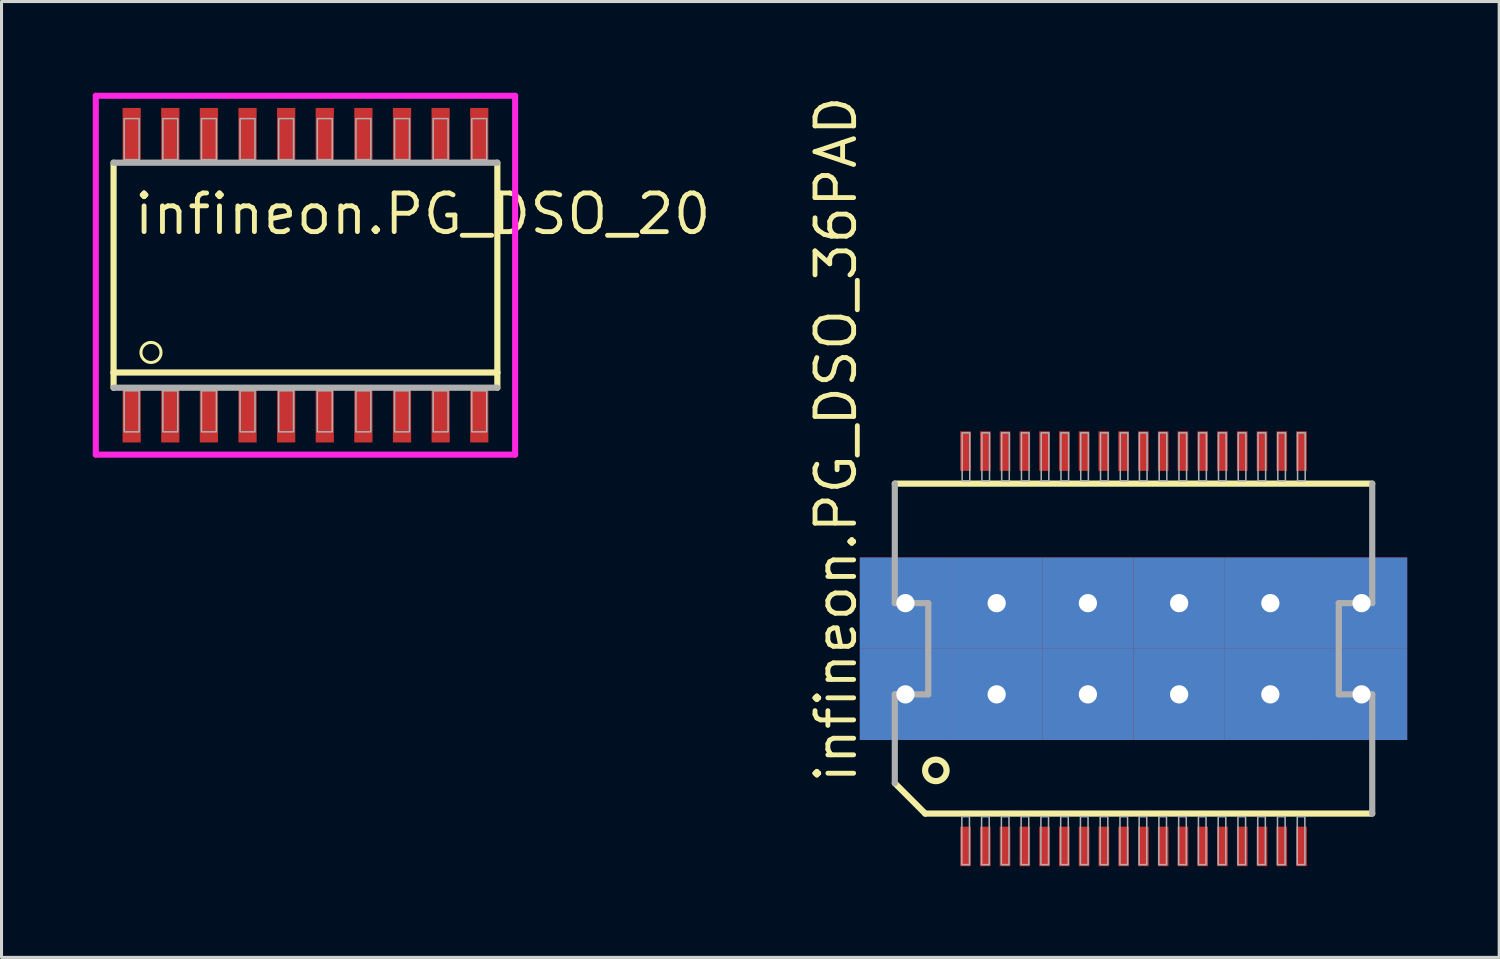
<source format=kicad_pcb>
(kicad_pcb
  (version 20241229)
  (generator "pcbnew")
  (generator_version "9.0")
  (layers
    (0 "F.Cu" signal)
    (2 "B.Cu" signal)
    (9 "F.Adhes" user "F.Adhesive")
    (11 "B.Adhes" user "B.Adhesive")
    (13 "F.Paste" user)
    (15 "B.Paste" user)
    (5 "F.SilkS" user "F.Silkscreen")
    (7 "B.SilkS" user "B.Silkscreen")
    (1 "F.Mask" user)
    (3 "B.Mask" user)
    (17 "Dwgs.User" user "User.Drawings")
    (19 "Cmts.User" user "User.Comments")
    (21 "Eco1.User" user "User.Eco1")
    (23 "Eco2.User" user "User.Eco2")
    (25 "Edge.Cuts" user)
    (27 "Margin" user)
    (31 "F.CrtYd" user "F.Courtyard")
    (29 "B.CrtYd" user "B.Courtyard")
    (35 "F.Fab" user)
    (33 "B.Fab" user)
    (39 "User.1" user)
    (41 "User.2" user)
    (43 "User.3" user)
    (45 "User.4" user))
  (footprint "infineon.PG_DSO_36PAD"
    (layer "F.Cu")
    (at 34.225 18.284)
    (property "Reference" "infineon.PG_DSO_36PAD" (at -9.04 4.5 90) (layer "F.SilkS") (effects (font (size 1.27 1.27) (thickness 0.16)) (justify left bottom)))
    (attr smd)
    (fp_rect (start -9 -1.25) (end 9 -3) (stroke (width 0.05) (type default)) (fill yes) (layer "F.Mask"))
    (fp_rect (start -9 3) (end 9 1.25) (stroke (width 0.05) (type default)) (fill yes) (layer "F.Mask"))
    (fp_rect (start -8 1.25) (end 8 -1.25) (stroke (width 0.05) (type default)) (fill yes) (layer "F.Mask"))
    (fp_line (start -7.85 -5.43) (end 7.85 -5.43) (stroke (width 0.203) (type default)) (layer "F.SilkS"))
    (fp_line (start -6.85 5.42) (end -7.85 4.42) (stroke (width 0.203) (type default)) (layer "F.SilkS"))
    (fp_line (start 7.85 5.42) (end -6.85 5.42) (stroke (width 0.203) (type default)) (layer "F.SilkS"))
    (fp_circle (center -6.5 4) (end -6.146 4) (stroke (width 0.203) (type default)) (fill no) (layer "F.SilkS"))
    (fp_rect (start -7.5 -1.25) (end 7.5 -2.5) (stroke (width 0.05) (type default)) (fill yes) (layer "F.Paste"))
    (fp_rect (start -7.5 2.5) (end 7.5 1.25) (stroke (width 0.05) (type default)) (fill yes) (layer "F.Paste"))
    (fp_rect (start -6.75 1.5) (end 7 -1.5) (stroke (width 0.05) (type default)) (fill yes) (layer "F.Paste"))
    (fp_line (start -7.85 -1.5) (end -7.85 -5.43) (stroke (width 0.203) (type default)) (layer "F.Fab"))
    (fp_line (start -7.85 1.5) (end -6.75 1.5) (stroke (width 0.203) (type default)) (layer "F.Fab"))
    (fp_line (start -7.85 4.42) (end -7.85 1.5) (stroke (width 0.203) (type default)) (layer "F.Fab"))
    (fp_line (start -6.75 -1.5) (end -7.85 -1.5) (stroke (width 0.203) (type default)) (layer "F.Fab"))
    (fp_line (start -6.75 1.5) (end -6.75 -1.5) (stroke (width 0.203) (type default)) (layer "F.Fab"))
    (fp_line (start 6.75 -1.5) (end 6.75 1.5) (stroke (width 0.203) (type default)) (layer "F.Fab"))
    (fp_line (start 6.75 1.5) (end 7.85 1.5) (stroke (width 0.203) (type default)) (layer "F.Fab"))
    (fp_line (start 7.85 -5.43) (end 7.85 -1.5) (stroke (width 0.203) (type default)) (layer "F.Fab"))
    (fp_line (start 7.85 -1.5) (end 6.75 -1.5) (stroke (width 0.203) (type default)) (layer "F.Fab"))
    (fp_line (start 7.85 1.5) (end 7.85 5.42) (stroke (width 0.203) (type default)) (layer "F.Fab"))
    (fp_rect (start -5.645 7.1) (end -5.395 5.52) (stroke (width 0.05) (type default)) (fill no) (layer "F.Fab"))
    (fp_rect (start -5.635 -5.52) (end -5.385 -7.1) (stroke (width 0.05) (type default)) (fill no) (layer "F.Fab"))
    (fp_rect (start -4.995 7.1) (end -4.745 5.52) (stroke (width 0.05) (type default)) (fill no) (layer "F.Fab"))
    (fp_rect (start -4.985 -5.52) (end -4.735 -7.1) (stroke (width 0.05) (type default)) (fill no) (layer "F.Fab"))
    (fp_rect (start -4.345 7.1) (end -4.095 5.52) (stroke (width 0.05) (type default)) (fill no) (layer "F.Fab"))
    (fp_rect (start -4.335 -5.52) (end -4.085 -7.1) (stroke (width 0.05) (type default)) (fill no) (layer "F.Fab"))
    (fp_rect (start -3.695 7.1) (end -3.445 5.52) (stroke (width 0.05) (type default)) (fill no) (layer "F.Fab"))
    (fp_rect (start -3.685 -5.52) (end -3.435 -7.1) (stroke (width 0.05) (type default)) (fill no) (layer "F.Fab"))
    (fp_rect (start -3.045 7.1) (end -2.795 5.52) (stroke (width 0.05) (type default)) (fill no) (layer "F.Fab"))
    (fp_rect (start -3.035 -5.52) (end -2.785 -7.1) (stroke (width 0.05) (type default)) (fill no) (layer "F.Fab"))
    (fp_rect (start -2.395 7.1) (end -2.145 5.52) (stroke (width 0.05) (type default)) (fill no) (layer "F.Fab"))
    (fp_rect (start -2.385 -5.52) (end -2.135 -7.1) (stroke (width 0.05) (type default)) (fill no) (layer "F.Fab"))
    (fp_rect (start -1.745 7.1) (end -1.495 5.52) (stroke (width 0.05) (type default)) (fill no) (layer "F.Fab"))
    (fp_rect (start -1.735 -5.52) (end -1.485 -7.1) (stroke (width 0.05) (type default)) (fill no) (layer "F.Fab"))
    (fp_rect (start -1.095 7.1) (end -0.845 5.52) (stroke (width 0.05) (type default)) (fill no) (layer "F.Fab"))
    (fp_rect (start -1.085 -5.52) (end -0.835 -7.1) (stroke (width 0.05) (type default)) (fill no) (layer "F.Fab"))
    (fp_rect (start -0.445 7.1) (end -0.195 5.52) (stroke (width 0.05) (type default)) (fill no) (layer "F.Fab"))
    (fp_rect (start -0.435 -5.52) (end -0.185 -7.1) (stroke (width 0.05) (type default)) (fill no) (layer "F.Fab"))
    (fp_rect (start 0.185 7.1) (end 0.435 5.52) (stroke (width 0.05) (type default)) (fill no) (layer "F.Fab"))
    (fp_rect (start 0.195 -5.52) (end 0.445 -7.1) (stroke (width 0.05) (type default)) (fill no) (layer "F.Fab"))
    (fp_rect (start 0.835 7.1) (end 1.085 5.52) (stroke (width 0.05) (type default)) (fill no) (layer "F.Fab"))
    (fp_rect (start 0.845 -5.52) (end 1.095 -7.1) (stroke (width 0.05) (type default)) (fill no) (layer "F.Fab"))
    (fp_rect (start 1.485 7.1) (end 1.735 5.52) (stroke (width 0.05) (type default)) (fill no) (layer "F.Fab"))
    (fp_rect (start 1.495 -5.52) (end 1.745 -7.1) (stroke (width 0.05) (type default)) (fill no) (layer "F.Fab"))
    (fp_rect (start 2.135 7.1) (end 2.385 5.52) (stroke (width 0.05) (type default)) (fill no) (layer "F.Fab"))
    (fp_rect (start 2.145 -5.52) (end 2.395 -7.1) (stroke (width 0.05) (type default)) (fill no) (layer "F.Fab"))
    (fp_rect (start 2.785 7.1) (end 3.035 5.52) (stroke (width 0.05) (type default)) (fill no) (layer "F.Fab"))
    (fp_rect (start 2.795 -5.52) (end 3.045 -7.1) (stroke (width 0.05) (type default)) (fill no) (layer "F.Fab"))
    (fp_rect (start 3.435 7.1) (end 3.685 5.52) (stroke (width 0.05) (type default)) (fill no) (layer "F.Fab"))
    (fp_rect (start 3.445 -5.52) (end 3.695 -7.1) (stroke (width 0.05) (type default)) (fill no) (layer "F.Fab"))
    (fp_rect (start 4.085 7.1) (end 4.335 5.52) (stroke (width 0.05) (type default)) (fill no) (layer "F.Fab"))
    (fp_rect (start 4.095 -5.52) (end 4.345 -7.1) (stroke (width 0.05) (type default)) (fill no) (layer "F.Fab"))
    (fp_rect (start 4.735 7.1) (end 4.985 5.52) (stroke (width 0.05) (type default)) (fill no) (layer "F.Fab"))
    (fp_rect (start 4.745 -5.52) (end 4.995 -7.1) (stroke (width 0.05) (type default)) (fill no) (layer "F.Fab"))
    (fp_rect (start 5.385 7.1) (end 5.635 5.52) (stroke (width 0.05) (type default)) (fill no) (layer "F.Fab"))
    (fp_rect (start 5.395 -5.52) (end 5.645 -7.1) (stroke (width 0.05) (type default)) (fill no) (layer "F.Fab"))
    (pad "1" smd roundrect (at -5.525 6.5) (size 0.35 1.3) (layers "F.Cu" "F.Mask" "F.Paste") (roundrect_rratio 0.01))
    (pad "2" smd roundrect (at -4.875 6.5) (size 0.35 1.3) (layers "F.Cu" "F.Mask" "F.Paste") (roundrect_rratio 0.01))
    (pad "3" smd roundrect (at -4.225 6.5) (size 0.35 1.3) (layers "F.Cu" "F.Mask" "F.Paste") (roundrect_rratio 0.01))
    (pad "4" smd roundrect (at -3.575 6.5) (size 0.35 1.3) (layers "F.Cu" "F.Mask" "F.Paste") (roundrect_rratio 0.01))
    (pad "5" smd roundrect (at -2.925 6.5) (size 0.35 1.3) (layers "F.Cu" "F.Mask" "F.Paste") (roundrect_rratio 0.01))
    (pad "6" smd roundrect (at -2.275 6.5) (size 0.35 1.3) (layers "F.Cu" "F.Mask" "F.Paste") (roundrect_rratio 0.01))
    (pad "7" smd roundrect (at -1.625 6.5) (size 0.35 1.3) (layers "F.Cu" "F.Mask" "F.Paste") (roundrect_rratio 0.01))
    (pad "8" smd roundrect (at -0.975 6.5) (size 0.35 1.3) (layers "F.Cu" "F.Mask" "F.Paste") (roundrect_rratio 0.01))
    (pad "9" smd roundrect (at -0.325 6.5) (size 0.35 1.3) (layers "F.Cu" "F.Mask" "F.Paste") (roundrect_rratio 0.01))
    (pad "10" smd roundrect (at 0.325 6.5) (size 0.35 1.3) (layers "F.Cu" "F.Mask" "F.Paste") (roundrect_rratio 0.01))
    (pad "11" smd roundrect (at 0.975 6.5) (size 0.35 1.3) (layers "F.Cu" "F.Mask" "F.Paste") (roundrect_rratio 0.01))
    (pad "12" smd roundrect (at 1.625 6.5) (size 0.35 1.3) (layers "F.Cu" "F.Mask" "F.Paste") (roundrect_rratio 0.01))
    (pad "13" smd roundrect (at 2.275 6.5) (size 0.35 1.3) (layers "F.Cu" "F.Mask" "F.Paste") (roundrect_rratio 0.01))
    (pad "14" smd roundrect (at 2.925 6.5) (size 0.35 1.3) (layers "F.Cu" "F.Mask" "F.Paste") (roundrect_rratio 0.01))
    (pad "15" smd roundrect (at 3.575 6.5) (size 0.35 1.3) (layers "F.Cu" "F.Mask" "F.Paste") (roundrect_rratio 0.01))
    (pad "16" smd roundrect (at 4.225 6.5) (size 0.35 1.3) (layers "F.Cu" "F.Mask" "F.Paste") (roundrect_rratio 0.01))
    (pad "17" smd roundrect (at 4.875 6.5) (size 0.35 1.3) (layers "F.Cu" "F.Mask" "F.Paste") (roundrect_rratio 0.01))
    (pad "18" smd roundrect (at 5.525 6.5) (size 0.35 1.3) (layers "F.Cu" "F.Mask" "F.Paste") (roundrect_rratio 0.01))
    (pad "19" smd roundrect (at 5.525 -6.5 180) (size 0.35 1.3) (layers "F.Cu" "F.Mask" "F.Paste") (roundrect_rratio 0.01))
    (pad "20" smd roundrect (at 4.875 -6.5 180) (size 0.35 1.3) (layers "F.Cu" "F.Mask" "F.Paste") (roundrect_rratio 0.01))
    (pad "21" smd roundrect (at 4.225 -6.5 180) (size 0.35 1.3) (layers "F.Cu" "F.Mask" "F.Paste") (roundrect_rratio 0.01))
    (pad "22" smd roundrect (at 3.575 -6.5 180) (size 0.35 1.3) (layers "F.Cu" "F.Mask" "F.Paste") (roundrect_rratio 0.01))
    (pad "23" smd roundrect (at 2.925 -6.5 180) (size 0.35 1.3) (layers "F.Cu" "F.Mask" "F.Paste") (roundrect_rratio 0.01))
    (pad "24" smd roundrect (at 2.275 -6.5 180) (size 0.35 1.3) (layers "F.Cu" "F.Mask" "F.Paste") (roundrect_rratio 0.01))
    (pad "25" smd roundrect (at 1.625 -6.5 180) (size 0.35 1.3) (layers "F.Cu" "F.Mask" "F.Paste") (roundrect_rratio 0.01))
    (pad "26" smd roundrect (at 0.975 -6.5 180) (size 0.35 1.3) (layers "F.Cu" "F.Mask" "F.Paste") (roundrect_rratio 0.01))
    (pad "27" smd roundrect (at 0.325 -6.5 180) (size 0.35 1.3) (layers "F.Cu" "F.Mask" "F.Paste") (roundrect_rratio 0.01))
    (pad "28" smd roundrect (at -0.325 -6.5 180) (size 0.35 1.3) (layers "F.Cu" "F.Mask" "F.Paste") (roundrect_rratio 0.01))
    (pad "29" smd roundrect (at -0.975 -6.5 180) (size 0.35 1.3) (layers "F.Cu" "F.Mask" "F.Paste") (roundrect_rratio 0.01))
    (pad "30" smd roundrect (at -1.625 -6.5 180) (size 0.35 1.3) (layers "F.Cu" "F.Mask" "F.Paste") (roundrect_rratio 0.01))
    (pad "31" smd roundrect (at -2.275 -6.5 180) (size 0.35 1.3) (layers "F.Cu" "F.Mask" "F.Paste") (roundrect_rratio 0.01))
    (pad "32" smd roundrect (at -2.925 -6.5 180) (size 0.35 1.3) (layers "F.Cu" "F.Mask" "F.Paste") (roundrect_rratio 0.01))
    (pad "33" smd roundrect (at -3.575 -6.5 180) (size 0.35 1.3) (layers "F.Cu" "F.Mask" "F.Paste") (roundrect_rratio 0.01))
    (pad "34" smd roundrect (at -4.225 -6.5 180) (size 0.35 1.3) (layers "F.Cu" "F.Mask" "F.Paste") (roundrect_rratio 0.01))
    (pad "35" smd roundrect (at -4.875 -6.5 180) (size 0.35 1.3) (layers "F.Cu" "F.Mask" "F.Paste") (roundrect_rratio 0.01))
    (pad "36" smd roundrect (at -5.525 -6.5 180) (size 0.35 1.3) (layers "F.Cu" "F.Mask" "F.Paste") (roundrect_rratio 0.01))
    (pad "TH@1" thru_hole rect (at -7.5 -1.5) (size 3 3) (drill 0.6) (layers "*.Cu" "*.Mask"))
    (pad "TH@2" thru_hole rect (at -4.5 -1.5) (size 3 3) (drill 0.6) (layers "*.Cu" "*.Mask"))
    (pad "TH@3" thru_hole rect (at -1.5 -1.5) (size 3 3) (drill 0.6) (layers "*.Cu" "*.Mask"))
    (pad "TH@4" thru_hole rect (at 1.5 -1.5) (size 3 3) (drill 0.6) (layers "*.Cu" "*.Mask"))
    (pad "TH@5" thru_hole rect (at 4.5 -1.5) (size 3 3) (drill 0.6) (layers "*.Cu" "*.Mask"))
    (pad "TH@6" thru_hole rect (at 7.5 -1.5) (size 3 3) (drill 0.6) (layers "*.Cu" "*.Mask"))
    (pad "TH@7" thru_hole rect (at -7.5 1.5) (size 3 3) (drill 0.6) (layers "*.Cu" "*.Mask"))
    (pad "TH@8" thru_hole rect (at -4.5 1.5) (size 3 3) (drill 0.6) (layers "*.Cu" "*.Mask"))
    (pad "TH@9" thru_hole rect (at -1.5 1.5) (size 3 3) (drill 0.6) (layers "*.Cu" "*.Mask"))
    (pad "TH@10" thru_hole rect (at 1.5 1.5) (size 3 3) (drill 0.6) (layers "*.Cu" "*.Mask"))
    (pad "TH@11" thru_hole rect (at 4.5 1.5) (size 3 3) (drill 0.6) (layers "*.Cu" "*.Mask"))
    (pad "TH@12" thru_hole rect (at 7.5 1.5) (size 3 3) (drill 0.6) (layers "*.Cu" "*.Mask")))
  (footprint "infineon.PG_DSO_20"
    (layer "F.Cu")
    (at 6.995 6)
    (property "Reference" "infineon.PG_DSO_20" (at -5.715 -1.27 0) (layer "F.SilkS") (effects (font (size 1.27 1.27) (thickness 0.16)) (justify left bottom)))
    (attr smd)
    (fp_line (start -6.31 3.2) (end -6.31 -3.7) (stroke (width 0.203) (type default)) (layer "F.SilkS"))
    (fp_line (start -6.31 3.7) (end -6.31 3.2) (stroke (width 0.203) (type default)) (layer "F.SilkS"))
    (fp_line (start 6.31 -3.7) (end 6.31 3.2) (stroke (width 0.203) (type default)) (layer "F.SilkS"))
    (fp_line (start 6.31 3.2) (end -6.31 3.2) (stroke (width 0.203) (type default)) (layer "F.SilkS"))
    (fp_line (start 6.31 3.2) (end 6.31 3.7) (stroke (width 0.203) (type default)) (layer "F.SilkS"))
    (fp_circle (center -5.08 2.54) (end -4.75 2.54) (stroke (width 0.1) (type default)) (fill no) (layer "F.SilkS"))
    (fp_line (start -6.895 -5.9) (end 6.895 -5.9) (stroke (width 0.2) (type default)) (layer "F.CrtYd"))
    (fp_line (start -6.895 5.9) (end -6.895 -5.9) (stroke (width 0.2) (type default)) (layer "F.CrtYd"))
    (fp_line (start 6.895 -5.9) (end 6.895 5.9) (stroke (width 0.2) (type default)) (layer "F.CrtYd"))
    (fp_line (start 6.895 5.9) (end -6.895 5.9) (stroke (width 0.2) (type default)) (layer "F.CrtYd"))
    (fp_line (start -6.31 -3.7) (end 6.31 -3.7) (stroke (width 0.203) (type default)) (layer "F.Fab"))
    (fp_line (start 6.31 3.7) (end -6.31 3.7) (stroke (width 0.203) (type default)) (layer "F.Fab"))
    (fp_rect (start -5.96 -3.8) (end -5.47 -5.15) (stroke (width 0.05) (type default)) (fill no) (layer "F.Fab"))
    (fp_rect (start -5.96 5.15) (end -5.47 3.8) (stroke (width 0.05) (type default)) (fill no) (layer "F.Fab"))
    (fp_rect (start -4.69 -3.8) (end -4.2 -5.15) (stroke (width 0.05) (type default)) (fill no) (layer "F.Fab"))
    (fp_rect (start -4.69 5.15) (end -4.2 3.8) (stroke (width 0.05) (type default)) (fill no) (layer "F.Fab"))
    (fp_rect (start -3.42 -3.8) (end -2.93 -5.15) (stroke (width 0.05) (type default)) (fill no) (layer "F.Fab"))
    (fp_rect (start -3.42 5.15) (end -2.93 3.8) (stroke (width 0.05) (type default)) (fill no) (layer "F.Fab"))
    (fp_rect (start -2.15 -3.8) (end -1.66 -5.15) (stroke (width 0.05) (type default)) (fill no) (layer "F.Fab"))
    (fp_rect (start -2.15 5.15) (end -1.66 3.8) (stroke (width 0.05) (type default)) (fill no) (layer "F.Fab"))
    (fp_rect (start -0.88 -3.8) (end -0.39 -5.15) (stroke (width 0.05) (type default)) (fill no) (layer "F.Fab"))
    (fp_rect (start -0.88 5.15) (end -0.39 3.8) (stroke (width 0.05) (type default)) (fill no) (layer "F.Fab"))
    (fp_rect (start 0.39 -3.8) (end 0.88 -5.15) (stroke (width 0.05) (type default)) (fill no) (layer "F.Fab"))
    (fp_rect (start 0.39 5.15) (end 0.88 3.8) (stroke (width 0.05) (type default)) (fill no) (layer "F.Fab"))
    (fp_rect (start 1.66 -3.8) (end 2.15 -5.15) (stroke (width 0.05) (type default)) (fill no) (layer "F.Fab"))
    (fp_rect (start 1.66 5.15) (end 2.15 3.8) (stroke (width 0.05) (type default)) (fill no) (layer "F.Fab"))
    (fp_rect (start 2.93 -3.8) (end 3.42 -5.15) (stroke (width 0.05) (type default)) (fill no) (layer "F.Fab"))
    (fp_rect (start 2.93 5.15) (end 3.42 3.8) (stroke (width 0.05) (type default)) (fill no) (layer "F.Fab"))
    (fp_rect (start 4.2 -3.8) (end 4.69 -5.15) (stroke (width 0.05) (type default)) (fill no) (layer "F.Fab"))
    (fp_rect (start 4.2 5.15) (end 4.69 3.8) (stroke (width 0.05) (type default)) (fill no) (layer "F.Fab"))
    (fp_rect (start 5.47 -3.8) (end 5.96 -5.15) (stroke (width 0.05) (type default)) (fill no) (layer "F.Fab"))
    (fp_rect (start 5.47 5.15) (end 5.96 3.8) (stroke (width 0.05) (type default)) (fill no) (layer "F.Fab"))
    (pad "1" smd roundrect (at -5.715 4.6) (size 0.6 1.8) (layers "F.Cu" "F.Mask" "F.Paste") (roundrect_rratio 0.01))
    (pad "2" smd roundrect (at -4.445 4.6) (size 0.6 1.8) (layers "F.Cu" "F.Mask" "F.Paste") (roundrect_rratio 0.01))
    (pad "3" smd roundrect (at -3.175 4.6) (size 0.6 1.8) (layers "F.Cu" "F.Mask" "F.Paste") (roundrect_rratio 0.01))
    (pad "4" smd roundrect (at -1.905 4.6) (size 0.6 1.8) (layers "F.Cu" "F.Mask" "F.Paste") (roundrect_rratio 0.01))
    (pad "5" smd roundrect (at -0.635 4.6) (size 0.6 1.8) (layers "F.Cu" "F.Mask" "F.Paste") (roundrect_rratio 0.01))
    (pad "6" smd roundrect (at 0.635 4.6) (size 0.6 1.8) (layers "F.Cu" "F.Mask" "F.Paste") (roundrect_rratio 0.01))
    (pad "7" smd roundrect (at 1.905 4.6) (size 0.6 1.8) (layers "F.Cu" "F.Mask" "F.Paste") (roundrect_rratio 0.01))
    (pad "8" smd roundrect (at 3.175 4.6) (size 0.6 1.8) (layers "F.Cu" "F.Mask" "F.Paste") (roundrect_rratio 0.01))
    (pad "9" smd roundrect (at 4.445 4.6) (size 0.6 1.8) (layers "F.Cu" "F.Mask" "F.Paste") (roundrect_rratio 0.01))
    (pad "10" smd roundrect (at 5.715 4.6) (size 0.6 1.8) (layers "F.Cu" "F.Mask" "F.Paste") (roundrect_rratio 0.01))
    (pad "11" smd roundrect (at 5.715 -4.6) (size 0.6 1.8) (layers "F.Cu" "F.Mask" "F.Paste") (roundrect_rratio 0.01))
    (pad "12" smd roundrect (at 4.445 -4.6) (size 0.6 1.8) (layers "F.Cu" "F.Mask" "F.Paste") (roundrect_rratio 0.01))
    (pad "13" smd roundrect (at 3.175 -4.6) (size 0.6 1.8) (layers "F.Cu" "F.Mask" "F.Paste") (roundrect_rratio 0.01))
    (pad "14" smd roundrect (at 1.905 -4.6) (size 0.6 1.8) (layers "F.Cu" "F.Mask" "F.Paste") (roundrect_rratio 0.01))
    (pad "15" smd roundrect (at 0.635 -4.6) (size 0.6 1.8) (layers "F.Cu" "F.Mask" "F.Paste") (roundrect_rratio 0.01))
    (pad "16" smd roundrect (at -0.635 -4.6) (size 0.6 1.8) (layers "F.Cu" "F.Mask" "F.Paste") (roundrect_rratio 0.01))
    (pad "17" smd roundrect (at -1.905 -4.6) (size 0.6 1.8) (layers "F.Cu" "F.Mask" "F.Paste") (roundrect_rratio 0.01))
    (pad "18" smd roundrect (at -3.175 -4.6) (size 0.6 1.8) (layers "F.Cu" "F.Mask" "F.Paste") (roundrect_rratio 0.01))
    (pad "19" smd roundrect (at -4.445 -4.6) (size 0.6 1.8) (layers "F.Cu" "F.Mask" "F.Paste") (roundrect_rratio 0.01))
    (pad "20" smd roundrect (at -5.715 -4.6) (size 0.6 1.8) (layers "F.Cu" "F.Mask" "F.Paste") (roundrect_rratio 0.01)))
  (gr_rect
    (start -3 -3)
    (end 46.25 28.434)
    (stroke (width 0.1) (type default))
    (fill no)
    (layer "Edge.Cuts")))
</source>
